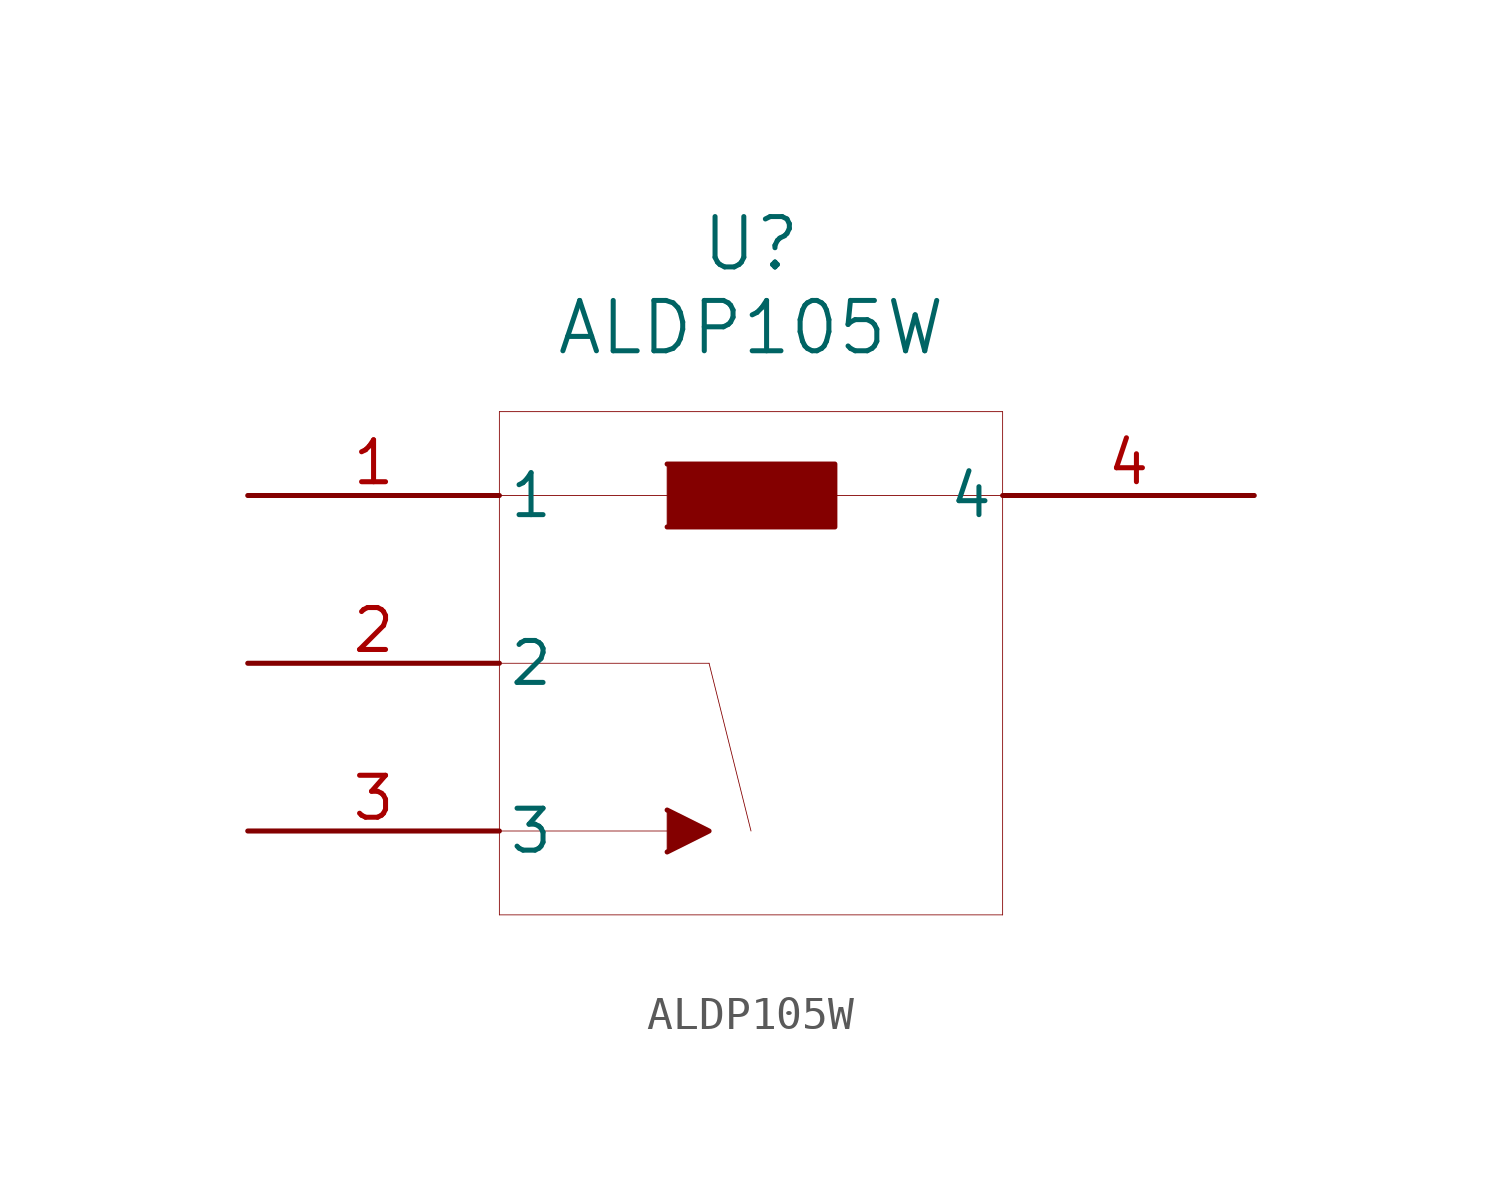
<source format=kicad_sym>
(kicad_symbol_lib
  (version 20211014)
  (generator kicad_symbol_editor)
  (symbol "ALDP105W"
    (pin_names
      (offset 0.254))
    (property "Reference" "U"
      (at 15.24 7.62 0)
      (effects (font (size 1.524 1.524))))
    (property "Value" "ALDP105W"
      (at 15.24 5.08 0)
      (effects (font (size 1.524 1.524))))
    (symbol "ALDP105W_0_1"
      (polyline (pts (xy 7.62 2.54) (xy 7.62 -12.7)) (stroke (width 0.025) (type default) (color 0 0 0 0)) (fill (type none)))
      (polyline (pts (xy 7.62 -12.7) (xy 22.86 -12.7)) (stroke (width 0.025) (type default) (color 0 0 0 0)) (fill (type none)))
      (polyline (pts (xy 22.86 -12.7) (xy 22.86 2.54)) (stroke (width 0.025) (type default) (color 0 0 0 0)) (fill (type none)))
      (polyline (pts (xy 22.86 2.54) (xy 7.62 2.54)) (stroke (width 0.025) (type default) (color 0 0 0 0)) (fill (type none)))
      (polyline (pts (xy 12.7 0.953) (xy 12.7 -0.953)) (stroke (width 0.025) (type default) (color 0 0 0 0)) (fill (type none)))
      (polyline (pts (xy 12.7 0.953) (xy 17.78 0.953)) (stroke (width 0.025) (type default) (color 0 0 0 0)) (fill (type none)))
      (polyline (pts (xy 17.78 0.953) (xy 17.78 -0.953)) (stroke (width 0.025) (type default) (color 0 0 0 0)) (fill (type none)))
      (polyline (pts (xy 17.78 -0.953) (xy 12.7 -0.953)) (stroke (width 0.025) (type default) (color 0 0 0 0)) (fill (type none)))
      (polyline (pts (xy 7.62 0) (xy 22.86 0)) (stroke (width 0.025) (type default) (color 0 0 0 0)) (fill (type none)))
      (polyline (pts (xy 12.7 0.953) (xy 17.78 0.953) (xy 17.78 -0.953) (xy 12.7 -0.953)) (stroke (width 0) (type default) (color 0 0 0 0)) (fill (type outline)))
      (polyline (pts (xy 7.62 -5.08) (xy 13.97 -5.08)) (stroke (width 0.025) (type default) (color 0 0 0 0)) (fill (type none)))
      (polyline (pts (xy 7.62 -10.16) (xy 12.7 -10.16)) (stroke (width 0.025) (type default) (color 0 0 0 0)) (fill (type none)))
      (polyline (pts (xy 12.7 -9.525) (xy 12.7 -10.795)) (stroke (width 0.025) (type default) (color 0 0 0 0)) (fill (type none)))
      (polyline (pts (xy 12.7 -9.525) (xy 13.97 -10.16)) (stroke (width 0.025) (type default) (color 0 0 0 0)) (fill (type none)))
      (polyline (pts (xy 13.97 -10.16) (xy 12.7 -10.795)) (stroke (width 0.025) (type default) (color 0 0 0 0)) (fill (type none)))
      (polyline (pts (xy 12.7 -9.525) (xy 13.97 -10.16) (xy 12.7 -10.795)) (stroke (width 0) (type default) (color 0 0 0 0)) (fill (type outline)))
      (polyline (pts (xy 15.24 -10.16) (xy 13.97 -5.08)) (stroke (width 0.025) (type default) (color 0 0 0 0)) (fill (type none)))
      (pin unspecified line (at 0 0 0) (length 7.62) (name "1" (effects (font (size 1.27 1.27)))) (number "1" (effects (font (size 1.27 1.27)))))
      (pin unspecified line (at 0 -5.08 0) (length 7.62) (name "2" (effects (font (size 1.27 1.27)))) (number "2" (effects (font (size 1.27 1.27)))))
      (pin unspecified line (at 0 -10.16 0) (length 7.62) (name "3" (effects (font (size 1.27 1.27)))) (number "3" (effects (font (size 1.27 1.27)))))
      (pin unspecified line (at 30.48 0 180) (length 7.62) (name "4" (effects (font (size 1.27 1.27)))) (number "4" (effects (font (size 1.27 1.27))))))))
</source>
